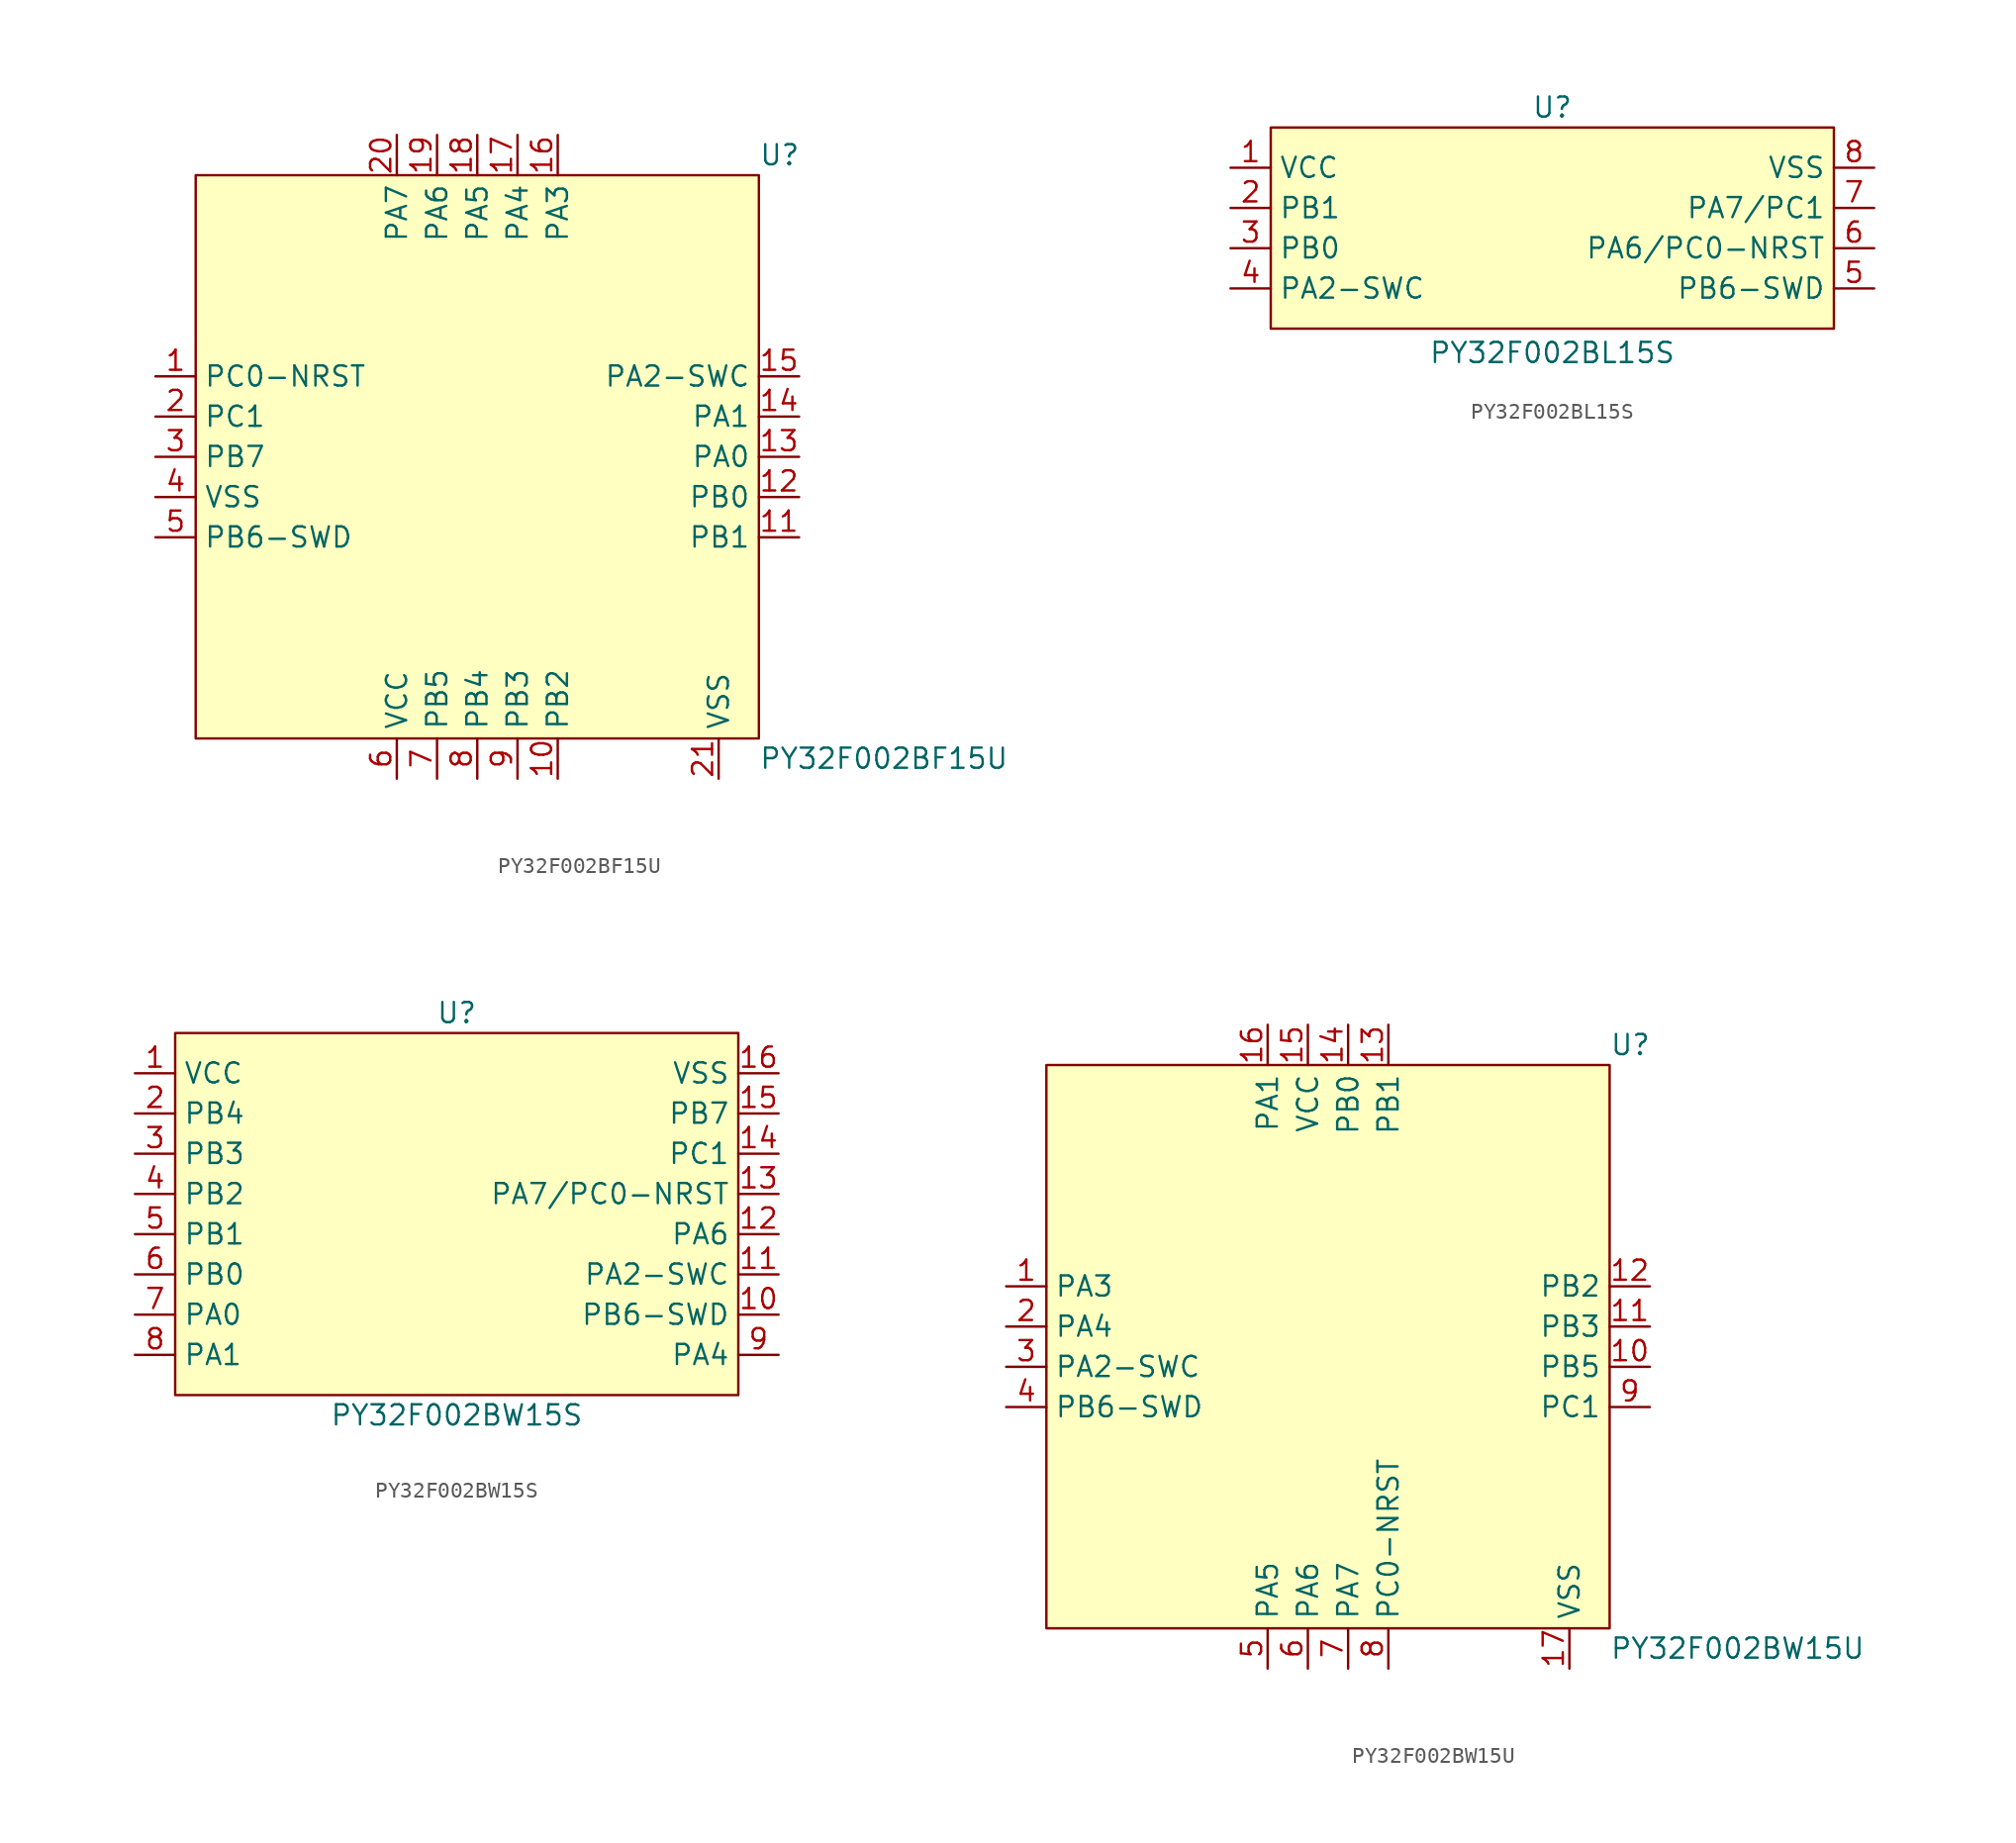
<source format=kicad_sym>
(kicad_symbol_lib
  (version 20241209)
  (generator "kicad_symbol_editor")
  (generator_version "9.0")
  (symbol "PY32F002BF15U"
    (property "Reference" "U"
      (at 17.78 19.05 0)
      (effects (font (size 1.27 1.27)) (justify left)))
    (property "Value" "PY32F002BF15U"
      (at 17.78 -19.05 0)
      (effects (font (size 1.27 1.27)) (justify left)))
    (symbol "PY32F002BF15U_0_0"
      (pin bidirectional line (at -20.32 5.08 0) (length 2.54) (name "PC0-NRST" (effects (font (size 1.27 1.27)))) (number "1" (effects (font (size 1.27 1.27)))))
      (pin bidirectional line (at -20.32 2.54 0) (length 2.54) (name "PC1" (effects (font (size 1.27 1.27)))) (number "2" (effects (font (size 1.27 1.27)))))
      (pin bidirectional line (at -20.32 0 0) (length 2.54) (name "PB7" (effects (font (size 1.27 1.27)))) (number "3" (effects (font (size 1.27 1.27)))))
      (pin bidirectional line (at -20.32 -2.54 0) (length 2.54) (name "VSS" (effects (font (size 1.27 1.27)))) (number "4" (effects (font (size 1.27 1.27)))))
      (pin bidirectional line (at -20.32 -5.08 0) (length 2.54) (name "PB6-SWD" (effects (font (size 1.27 1.27)))) (number "5" (effects (font (size 1.27 1.27)))))
      (pin bidirectional line (at -5.08 20.32 270) (length 2.54) (name "PA7" (effects (font (size 1.27 1.27)))) (number "20" (effects (font (size 1.27 1.27)))))
      (pin bidirectional line (at -5.08 -20.32 90) (length 2.54) (name "VCC" (effects (font (size 1.27 1.27)))) (number "6" (effects (font (size 1.27 1.27)))))
      (pin bidirectional line (at -2.54 20.32 270) (length 2.54) (name "PA6" (effects (font (size 1.27 1.27)))) (number "19" (effects (font (size 1.27 1.27)))))
      (pin bidirectional line (at -2.54 -20.32 90) (length 2.54) (name "PB5" (effects (font (size 1.27 1.27)))) (number "7" (effects (font (size 1.27 1.27)))))
      (pin bidirectional line (at 0 20.32 270) (length 2.54) (name "PA5" (effects (font (size 1.27 1.27)))) (number "18" (effects (font (size 1.27 1.27)))))
      (pin bidirectional line (at 0 -20.32 90) (length 2.54) (name "PB4" (effects (font (size 1.27 1.27)))) (number "8" (effects (font (size 1.27 1.27)))))
      (pin bidirectional line (at 2.54 20.32 270) (length 2.54) (name "PA4" (effects (font (size 1.27 1.27)))) (number "17" (effects (font (size 1.27 1.27)))))
      (pin bidirectional line (at 2.54 -20.32 90) (length 2.54) (name "PB3" (effects (font (size 1.27 1.27)))) (number "9" (effects (font (size 1.27 1.27)))))
      (pin bidirectional line (at 5.08 20.32 270) (length 2.54) (name "PA3" (effects (font (size 1.27 1.27)))) (number "16" (effects (font (size 1.27 1.27)))))
      (pin bidirectional line (at 5.08 -20.32 90) (length 2.54) (name "PB2" (effects (font (size 1.27 1.27)))) (number "10" (effects (font (size 1.27 1.27)))))
      (pin bidirectional line (at 20.32 5.08 180) (length 2.54) (name "PA2-SWC" (effects (font (size 1.27 1.27)))) (number "15" (effects (font (size 1.27 1.27)))))
      (pin bidirectional line (at 20.32 2.54 180) (length 2.54) (name "PA1" (effects (font (size 1.27 1.27)))) (number "14" (effects (font (size 1.27 1.27)))))
      (pin bidirectional line (at 20.32 0 180) (length 2.54) (name "PA0" (effects (font (size 1.27 1.27)))) (number "13" (effects (font (size 1.27 1.27)))))
      (pin bidirectional line (at 20.32 -2.54 180) (length 2.54) (name "PB0" (effects (font (size 1.27 1.27)))) (number "12" (effects (font (size 1.27 1.27)))))
      (pin bidirectional line (at 20.32 -5.08 180) (length 2.54) (name "PB1" (effects (font (size 1.27 1.27)))) (number "11" (effects (font (size 1.27 1.27))))))
    (symbol "PY32F002BF15U_1_0"
      (pin bidirectional line (at 15.24 -20.32 90) (length 2.54) (name "VSS" (effects (font (size 1.27 1.27)))) (number "21" (effects (font (size 1.27 1.27))))))
    (symbol "PY32F002BF15U_1_1"
      (rectangle (start -17.78 17.78) (end 17.78 -17.78) (stroke (width 0) (type solid)) (fill (type background)))))
  (symbol "PY32F002BL15S"
    (property "Reference" "U"
      (at 0 6.35 0)
      (effects (font (size 1.27 1.27))))
    (property "Value" "PY32F002BL15S"
      (at 0 -9.144 0)
      (effects (font (size 1.27 1.27))))
    (symbol "PY32F002BL15S_0_0"
      (pin bidirectional line (at -20.32 -2.54 0) (length 2.54) (name "PB0" (effects (font (size 1.27 1.27)))) (number "3" (effects (font (size 1.27 1.27)))))
      (pin bidirectional line (at -20.32 -5.08 0) (length 2.54) (name "PA2-SWC" (effects (font (size 1.27 1.27)))) (number "4" (effects (font (size 1.27 1.27)))))
      (pin bidirectional line (at 20.32 2.54 180) (length 2.54) (name "VSS" (effects (font (size 1.27 1.27)))) (number "8" (effects (font (size 1.27 1.27)))))
      (pin bidirectional line (at 20.32 0 180) (length 2.54) (name "PA7/PC1" (effects (font (size 1.27 1.27)))) (number "7" (effects (font (size 1.27 1.27)))))
      (pin bidirectional line (at 20.32 -2.54 180) (length 2.54) (name "PA6/PC0-NRST" (effects (font (size 1.27 1.27)))) (number "6" (effects (font (size 1.27 1.27)))))
      (pin bidirectional line (at 20.32 -5.08 180) (length 2.54) (name "PB6-SWD" (effects (font (size 1.27 1.27)))) (number "5" (effects (font (size 1.27 1.27))))))
    (symbol "PY32F002BL15S_1_0"
      (pin bidirectional line (at -20.32 2.54 0) (length 2.54) (name "VCC" (effects (font (size 1.27 1.27)))) (number "1" (effects (font (size 1.27 1.27)))))
      (pin bidirectional line (at -20.32 0 0) (length 2.54) (name "PB1" (effects (font (size 1.27 1.27)))) (number "2" (effects (font (size 1.27 1.27))))))
    (symbol "PY32F002BL15S_1_1"
      (rectangle (start -17.78 5.08) (end 17.78 -7.62) (stroke (width 0) (type solid)) (fill (type background)))))
  (symbol "PY32F002BW15S"
    (property "Reference" "U"
      (at 0 11.43 0)
      (effects (font (size 1.27 1.27))))
    (property "Value" "PY32F002BW15S"
      (at 0 -13.97 0)
      (effects (font (size 1.27 1.27))))
    (symbol "PY32F002BW15S_0_0"
      (pin bidirectional line (at -20.32 7.62 0) (length 2.54) (name "VCC" (effects (font (size 1.27 1.27)))) (number "1" (effects (font (size 1.27 1.27)))))
      (pin bidirectional line (at -20.32 5.08 0) (length 2.54) (name "PB4" (effects (font (size 1.27 1.27)))) (number "2" (effects (font (size 1.27 1.27)))))
      (pin bidirectional line (at -20.32 2.54 0) (length 2.54) (name "PB3" (effects (font (size 1.27 1.27)))) (number "3" (effects (font (size 1.27 1.27)))))
      (pin bidirectional line (at -20.32 0 0) (length 2.54) (name "PB2" (effects (font (size 1.27 1.27)))) (number "4" (effects (font (size 1.27 1.27)))))
      (pin bidirectional line (at -20.32 -2.54 0) (length 2.54) (name "PB1" (effects (font (size 1.27 1.27)))) (number "5" (effects (font (size 1.27 1.27)))))
      (pin bidirectional line (at -20.32 -5.08 0) (length 2.54) (name "PB0" (effects (font (size 1.27 1.27)))) (number "6" (effects (font (size 1.27 1.27)))))
      (pin bidirectional line (at -20.32 -7.62 0) (length 2.54) (name "PA0" (effects (font (size 1.27 1.27)))) (number "7" (effects (font (size 1.27 1.27)))))
      (pin bidirectional line (at -20.32 -10.16 0) (length 2.54) (name "PA1" (effects (font (size 1.27 1.27)))) (number "8" (effects (font (size 1.27 1.27)))))
      (pin bidirectional line (at 20.32 7.62 180) (length 2.54) (name "VSS" (effects (font (size 1.27 1.27)))) (number "16" (effects (font (size 1.27 1.27)))))
      (pin bidirectional line (at 20.32 5.08 180) (length 2.54) (name "PB7" (effects (font (size 1.27 1.27)))) (number "15" (effects (font (size 1.27 1.27)))))
      (pin bidirectional line (at 20.32 2.54 180) (length 2.54) (name "PC1" (effects (font (size 1.27 1.27)))) (number "14" (effects (font (size 1.27 1.27)))))
      (pin bidirectional line (at 20.32 0 180) (length 2.54) (name "PA7/PC0-NRST" (effects (font (size 1.27 1.27)))) (number "13" (effects (font (size 1.27 1.27)))))
      (pin bidirectional line (at 20.32 -2.54 180) (length 2.54) (name "PA6" (effects (font (size 1.27 1.27)))) (number "12" (effects (font (size 1.27 1.27)))))
      (pin bidirectional line (at 20.32 -5.08 180) (length 2.54) (name "PA2-SWC" (effects (font (size 1.27 1.27)))) (number "11" (effects (font (size 1.27 1.27)))))
      (pin bidirectional line (at 20.32 -7.62 180) (length 2.54) (name "PB6-SWD" (effects (font (size 1.27 1.27)))) (number "10" (effects (font (size 1.27 1.27)))))
      (pin bidirectional line (at 20.32 -10.16 180) (length 2.54) (name "PA4" (effects (font (size 1.27 1.27)))) (number "9" (effects (font (size 1.27 1.27))))))
    (symbol "PY32F002BW15S_1_1"
      (rectangle (start -17.78 10.16) (end 17.78 -12.7) (stroke (width 0) (type solid)) (fill (type background)))))
  (symbol "PY32F002BW15U"
    (property "Reference" "U"
      (at 19.05 17.78 0)
      (effects (font (size 1.27 1.27)) (justify left)))
    (property "Value" "PY32F002BW15U"
      (at 19.05 -20.32 0)
      (effects (font (size 1.27 1.27)) (justify left)))
    (symbol "PY32F002BW15U_0_0"
      (pin bidirectional line (at -19.05 2.54 0) (length 2.54) (name "PA3" (effects (font (size 1.27 1.27)))) (number "1" (effects (font (size 1.27 1.27)))))
      (pin bidirectional line (at -19.05 0 0) (length 2.54) (name "PA4" (effects (font (size 1.27 1.27)))) (number "2" (effects (font (size 1.27 1.27)))))
      (pin bidirectional line (at -19.05 -2.54 0) (length 2.54) (name "PA2-SWC" (effects (font (size 1.27 1.27)))) (number "3" (effects (font (size 1.27 1.27)))))
      (pin bidirectional line (at -19.05 -5.08 0) (length 2.54) (name "PB6-SWD" (effects (font (size 1.27 1.27)))) (number "4" (effects (font (size 1.27 1.27)))))
      (pin bidirectional line (at -2.54 19.05 270) (length 2.54) (name "PA1" (effects (font (size 1.27 1.27)))) (number "16" (effects (font (size 1.27 1.27)))))
      (pin bidirectional line (at -2.54 -21.59 90) (length 2.54) (name "PA5" (effects (font (size 1.27 1.27)))) (number "5" (effects (font (size 1.27 1.27)))))
      (pin bidirectional line (at 0 19.05 270) (length 2.54) (name "VCC" (effects (font (size 1.27 1.27)))) (number "15" (effects (font (size 1.27 1.27)))))
      (pin bidirectional line (at 0 -21.59 90) (length 2.54) (name "PA6" (effects (font (size 1.27 1.27)))) (number "6" (effects (font (size 1.27 1.27)))))
      (pin bidirectional line (at 2.54 19.05 270) (length 2.54) (name "PB0" (effects (font (size 1.27 1.27)))) (number "14" (effects (font (size 1.27 1.27)))))
      (pin bidirectional line (at 2.54 -21.59 90) (length 2.54) (name "PA7" (effects (font (size 1.27 1.27)))) (number "7" (effects (font (size 1.27 1.27)))))
      (pin bidirectional line (at 5.08 19.05 270) (length 2.54) (name "PB1" (effects (font (size 1.27 1.27)))) (number "13" (effects (font (size 1.27 1.27)))))
      (pin bidirectional line (at 5.08 -21.59 90) (length 2.54) (name "PC0-NRST" (effects (font (size 1.27 1.27)))) (number "8" (effects (font (size 1.27 1.27)))))
      (pin bidirectional line (at 21.59 2.54 180) (length 2.54) (name "PB2" (effects (font (size 1.27 1.27)))) (number "12" (effects (font (size 1.27 1.27)))))
      (pin bidirectional line (at 21.59 0 180) (length 2.54) (name "PB3" (effects (font (size 1.27 1.27)))) (number "11" (effects (font (size 1.27 1.27)))))
      (pin bidirectional line (at 21.59 -2.54 180) (length 2.54) (name "PB5" (effects (font (size 1.27 1.27)))) (number "10" (effects (font (size 1.27 1.27)))))
      (pin bidirectional line (at 21.59 -5.08 180) (length 2.54) (name "PC1" (effects (font (size 1.27 1.27)))) (number "9" (effects (font (size 1.27 1.27))))))
    (symbol "PY32F002BW15U_1_0"
      (pin bidirectional line (at 16.51 -21.59 90) (length 2.54) (name "VSS" (effects (font (size 1.27 1.27)))) (number "17" (effects (font (size 1.27 1.27))))))
    (symbol "PY32F002BW15U_1_1"
      (rectangle (start -16.51 16.51) (end 19.05 -19.05) (stroke (width 0) (type solid)) (fill (type background))))))
</source>
